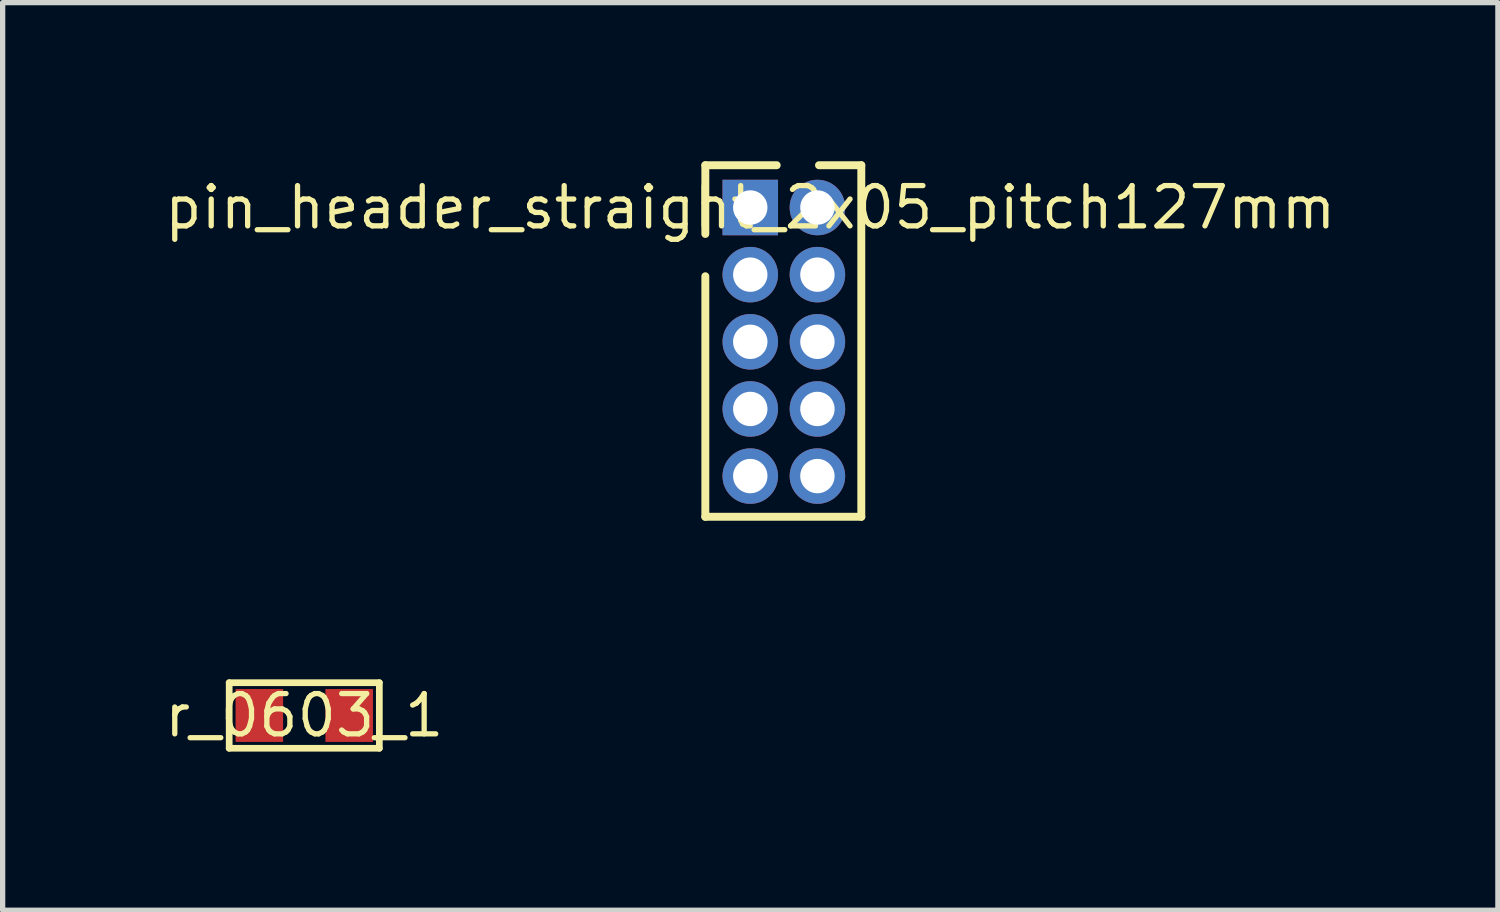
<source format=kicad_pcb>
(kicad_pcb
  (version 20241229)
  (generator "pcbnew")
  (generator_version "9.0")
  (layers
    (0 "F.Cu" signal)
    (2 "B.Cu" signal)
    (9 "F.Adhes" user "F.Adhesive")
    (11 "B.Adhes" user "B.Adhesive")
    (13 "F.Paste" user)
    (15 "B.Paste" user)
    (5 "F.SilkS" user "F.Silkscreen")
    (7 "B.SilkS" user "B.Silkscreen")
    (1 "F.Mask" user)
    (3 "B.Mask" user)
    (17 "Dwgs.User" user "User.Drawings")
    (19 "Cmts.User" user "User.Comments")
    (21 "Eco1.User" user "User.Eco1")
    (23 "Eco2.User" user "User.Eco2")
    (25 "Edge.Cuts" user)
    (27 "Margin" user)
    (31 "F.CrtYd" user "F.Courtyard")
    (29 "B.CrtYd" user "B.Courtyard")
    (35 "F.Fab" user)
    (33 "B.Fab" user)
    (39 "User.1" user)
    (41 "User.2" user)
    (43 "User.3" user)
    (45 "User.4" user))
  (footprint "pin_header_straight_2x05_pitch127mm"
    (layer "F.Cu")
    (at 11.141 0.875)
    (property "Reference" "pin_header_straight_2x05_pitch127mm" (at 0 0 0) (layer "F.SilkS") (effects (font (size 0.762 0.762) (thickness 0.1))))
    (attr through_hole)
    (fp_poly (pts (xy -0.675 0.675) (xy 0.675 0.675) (xy 0.675 -0.675) (xy -0.675 -0.675)) (stroke (width 0) (type solid)) (fill yes) (layer "F.Mask"))
    (fp_poly (pts (xy 0.675 1.27) (xy 0.662 1.138) (xy 0.624 1.012) (xy 0.561 0.895) (xy 0.477 0.793) (xy 0.375 0.709) (xy 0.258 0.646) (xy 0.132 0.608) (xy 0 0.595) (xy -0.132 0.608) (xy -0.258 0.646) (xy -0.375 0.709) (xy -0.477 0.793) (xy -0.561 0.895) (xy -0.624 1.012) (xy -0.662 1.138) (xy -0.675 1.27) (xy -0.662 1.402) (xy -0.624 1.528) (xy -0.561 1.645) (xy -0.477 1.747) (xy -0.375 1.831) (xy -0.258 1.894) (xy -0.132 1.932) (xy 0 1.945) (xy 0.132 1.932) (xy 0.258 1.894) (xy 0.375 1.831) (xy 0.477 1.747) (xy 0.561 1.645) (xy 0.624 1.528) (xy 0.662 1.402)) (stroke (width 0) (type solid)) (fill yes) (layer "F.Mask"))
    (fp_poly (pts (xy 0.675 2.54) (xy 0.662 2.408) (xy 0.624 2.282) (xy 0.561 2.165) (xy 0.477 2.063) (xy 0.375 1.979) (xy 0.258 1.916) (xy 0.132 1.878) (xy 0 1.865) (xy -0.132 1.878) (xy -0.258 1.916) (xy -0.375 1.979) (xy -0.477 2.063) (xy -0.561 2.165) (xy -0.624 2.282) (xy -0.662 2.408) (xy -0.675 2.54) (xy -0.662 2.672) (xy -0.624 2.798) (xy -0.561 2.915) (xy -0.477 3.017) (xy -0.375 3.101) (xy -0.258 3.164) (xy -0.132 3.202) (xy 0 3.215) (xy 0.132 3.202) (xy 0.258 3.164) (xy 0.375 3.101) (xy 0.477 3.017) (xy 0.561 2.915) (xy 0.624 2.798) (xy 0.662 2.672)) (stroke (width 0) (type solid)) (fill yes) (layer "F.Mask"))
    (fp_poly (pts (xy 0.675 3.81) (xy 0.662 3.678) (xy 0.624 3.552) (xy 0.561 3.435) (xy 0.477 3.333) (xy 0.375 3.249) (xy 0.258 3.186) (xy 0.132 3.148) (xy 0 3.135) (xy -0.132 3.148) (xy -0.258 3.186) (xy -0.375 3.249) (xy -0.477 3.333) (xy -0.561 3.435) (xy -0.624 3.552) (xy -0.662 3.678) (xy -0.675 3.81) (xy -0.662 3.942) (xy -0.624 4.068) (xy -0.561 4.185) (xy -0.477 4.287) (xy -0.375 4.371) (xy -0.258 4.434) (xy -0.132 4.472) (xy 0 4.485) (xy 0.132 4.472) (xy 0.258 4.434) (xy 0.375 4.371) (xy 0.477 4.287) (xy 0.561 4.185) (xy 0.624 4.068) (xy 0.662 3.942)) (stroke (width 0) (type solid)) (fill yes) (layer "F.Mask"))
    (fp_poly (pts (xy 0.675 5.08) (xy 0.662 4.948) (xy 0.624 4.822) (xy 0.561 4.705) (xy 0.477 4.603) (xy 0.375 4.519) (xy 0.258 4.456) (xy 0.132 4.418) (xy 0 4.405) (xy -0.132 4.418) (xy -0.258 4.456) (xy -0.375 4.519) (xy -0.477 4.603) (xy -0.561 4.705) (xy -0.624 4.822) (xy -0.662 4.948) (xy -0.675 5.08) (xy -0.662 5.212) (xy -0.624 5.338) (xy -0.561 5.455) (xy -0.477 5.557) (xy -0.375 5.641) (xy -0.258 5.704) (xy -0.132 5.742) (xy 0 5.755) (xy 0.132 5.742) (xy 0.258 5.704) (xy 0.375 5.641) (xy 0.477 5.557) (xy 0.561 5.455) (xy 0.624 5.338) (xy 0.662 5.212)) (stroke (width 0) (type solid)) (fill yes) (layer "F.Mask"))
    (fp_poly (pts (xy 1.945 0) (xy 1.932 -0.132) (xy 1.894 -0.258) (xy 1.831 -0.375) (xy 1.747 -0.477) (xy 1.645 -0.561) (xy 1.528 -0.624) (xy 1.402 -0.662) (xy 1.27 -0.675) (xy 1.138 -0.662) (xy 1.012 -0.624) (xy 0.895 -0.561) (xy 0.793 -0.477) (xy 0.709 -0.375) (xy 0.646 -0.258) (xy 0.608 -0.132) (xy 0.595 0) (xy 0.608 0.132) (xy 0.646 0.258) (xy 0.709 0.375) (xy 0.793 0.477) (xy 0.895 0.561) (xy 1.012 0.624) (xy 1.138 0.662) (xy 1.27 0.675) (xy 1.402 0.662) (xy 1.528 0.624) (xy 1.645 0.561) (xy 1.747 0.477) (xy 1.831 0.375) (xy 1.894 0.258) (xy 1.932 0.132)) (stroke (width 0) (type solid)) (fill yes) (layer "F.Mask"))
    (fp_poly (pts (xy 1.945 1.27) (xy 1.932 1.138) (xy 1.894 1.012) (xy 1.831 0.895) (xy 1.747 0.793) (xy 1.645 0.709) (xy 1.528 0.646) (xy 1.402 0.608) (xy 1.27 0.595) (xy 1.138 0.608) (xy 1.012 0.646) (xy 0.895 0.709) (xy 0.793 0.793) (xy 0.709 0.895) (xy 0.646 1.012) (xy 0.608 1.138) (xy 0.595 1.27) (xy 0.608 1.402) (xy 0.646 1.528) (xy 0.709 1.645) (xy 0.793 1.747) (xy 0.895 1.831) (xy 1.012 1.894) (xy 1.138 1.932) (xy 1.27 1.945) (xy 1.402 1.932) (xy 1.528 1.894) (xy 1.645 1.831) (xy 1.747 1.747) (xy 1.831 1.645) (xy 1.894 1.528) (xy 1.932 1.402)) (stroke (width 0) (type solid)) (fill yes) (layer "F.Mask"))
    (fp_poly (pts (xy 1.945 2.54) (xy 1.932 2.408) (xy 1.894 2.282) (xy 1.831 2.165) (xy 1.747 2.063) (xy 1.645 1.979) (xy 1.528 1.916) (xy 1.402 1.878) (xy 1.27 1.865) (xy 1.138 1.878) (xy 1.012 1.916) (xy 0.895 1.979) (xy 0.793 2.063) (xy 0.709 2.165) (xy 0.646 2.282) (xy 0.608 2.408) (xy 0.595 2.54) (xy 0.608 2.672) (xy 0.646 2.798) (xy 0.709 2.915) (xy 0.793 3.017) (xy 0.895 3.101) (xy 1.012 3.164) (xy 1.138 3.202) (xy 1.27 3.215) (xy 1.402 3.202) (xy 1.528 3.164) (xy 1.645 3.101) (xy 1.747 3.017) (xy 1.831 2.915) (xy 1.894 2.798) (xy 1.932 2.672)) (stroke (width 0) (type solid)) (fill yes) (layer "F.Mask"))
    (fp_poly (pts (xy 1.945 3.81) (xy 1.932 3.678) (xy 1.894 3.552) (xy 1.831 3.435) (xy 1.747 3.333) (xy 1.645 3.249) (xy 1.528 3.186) (xy 1.402 3.148) (xy 1.27 3.135) (xy 1.138 3.148) (xy 1.012 3.186) (xy 0.895 3.249) (xy 0.793 3.333) (xy 0.709 3.435) (xy 0.646 3.552) (xy 0.608 3.678) (xy 0.595 3.81) (xy 0.608 3.942) (xy 0.646 4.068) (xy 0.709 4.185) (xy 0.793 4.287) (xy 0.895 4.371) (xy 1.012 4.434) (xy 1.138 4.472) (xy 1.27 4.485) (xy 1.402 4.472) (xy 1.528 4.434) (xy 1.645 4.371) (xy 1.747 4.287) (xy 1.831 4.185) (xy 1.894 4.068) (xy 1.932 3.942)) (stroke (width 0) (type solid)) (fill yes) (layer "F.Mask"))
    (fp_poly (pts (xy 1.945 5.08) (xy 1.932 4.948) (xy 1.894 4.822) (xy 1.831 4.705) (xy 1.747 4.603) (xy 1.645 4.519) (xy 1.528 4.456) (xy 1.402 4.418) (xy 1.27 4.405) (xy 1.138 4.418) (xy 1.012 4.456) (xy 0.895 4.519) (xy 0.793 4.603) (xy 0.709 4.705) (xy 0.646 4.822) (xy 0.608 4.948) (xy 0.595 5.08) (xy 0.608 5.212) (xy 0.646 5.338) (xy 0.709 5.455) (xy 0.793 5.557) (xy 0.895 5.641) (xy 1.012 5.704) (xy 1.138 5.742) (xy 1.27 5.755) (xy 1.402 5.742) (xy 1.528 5.704) (xy 1.645 5.641) (xy 1.747 5.557) (xy 1.831 5.455) (xy 1.894 5.338) (xy 1.932 5.212)) (stroke (width 0) (type solid)) (fill yes) (layer "F.Mask"))
    (fp_poly (pts (xy -0.675 0.675) (xy 0.675 0.675) (xy 0.675 -0.675) (xy -0.675 -0.675)) (stroke (width 0) (type solid)) (fill yes) (layer "B.Mask"))
    (fp_poly (pts (xy 0.675 1.27) (xy 0.662 1.138) (xy 0.624 1.012) (xy 0.561 0.895) (xy 0.477 0.793) (xy 0.375 0.709) (xy 0.258 0.646) (xy 0.132 0.608) (xy 0 0.595) (xy -0.132 0.608) (xy -0.258 0.646) (xy -0.375 0.709) (xy -0.477 0.793) (xy -0.561 0.895) (xy -0.624 1.012) (xy -0.662 1.138) (xy -0.675 1.27) (xy -0.662 1.402) (xy -0.624 1.528) (xy -0.561 1.645) (xy -0.477 1.747) (xy -0.375 1.831) (xy -0.258 1.894) (xy -0.132 1.932) (xy 0 1.945) (xy 0.132 1.932) (xy 0.258 1.894) (xy 0.375 1.831) (xy 0.477 1.747) (xy 0.561 1.645) (xy 0.624 1.528) (xy 0.662 1.402)) (stroke (width 0) (type solid)) (fill yes) (layer "B.Mask"))
    (fp_poly (pts (xy 0.675 2.54) (xy 0.662 2.408) (xy 0.624 2.282) (xy 0.561 2.165) (xy 0.477 2.063) (xy 0.375 1.979) (xy 0.258 1.916) (xy 0.132 1.878) (xy 0 1.865) (xy -0.132 1.878) (xy -0.258 1.916) (xy -0.375 1.979) (xy -0.477 2.063) (xy -0.561 2.165) (xy -0.624 2.282) (xy -0.662 2.408) (xy -0.675 2.54) (xy -0.662 2.672) (xy -0.624 2.798) (xy -0.561 2.915) (xy -0.477 3.017) (xy -0.375 3.101) (xy -0.258 3.164) (xy -0.132 3.202) (xy 0 3.215) (xy 0.132 3.202) (xy 0.258 3.164) (xy 0.375 3.101) (xy 0.477 3.017) (xy 0.561 2.915) (xy 0.624 2.798) (xy 0.662 2.672)) (stroke (width 0) (type solid)) (fill yes) (layer "B.Mask"))
    (fp_poly (pts (xy 0.675 3.81) (xy 0.662 3.678) (xy 0.624 3.552) (xy 0.561 3.435) (xy 0.477 3.333) (xy 0.375 3.249) (xy 0.258 3.186) (xy 0.132 3.148) (xy 0 3.135) (xy -0.132 3.148) (xy -0.258 3.186) (xy -0.375 3.249) (xy -0.477 3.333) (xy -0.561 3.435) (xy -0.624 3.552) (xy -0.662 3.678) (xy -0.675 3.81) (xy -0.662 3.942) (xy -0.624 4.068) (xy -0.561 4.185) (xy -0.477 4.287) (xy -0.375 4.371) (xy -0.258 4.434) (xy -0.132 4.472) (xy 0 4.485) (xy 0.132 4.472) (xy 0.258 4.434) (xy 0.375 4.371) (xy 0.477 4.287) (xy 0.561 4.185) (xy 0.624 4.068) (xy 0.662 3.942)) (stroke (width 0) (type solid)) (fill yes) (layer "B.Mask"))
    (fp_poly (pts (xy 0.675 5.08) (xy 0.662 4.948) (xy 0.624 4.822) (xy 0.561 4.705) (xy 0.477 4.603) (xy 0.375 4.519) (xy 0.258 4.456) (xy 0.132 4.418) (xy 0 4.405) (xy -0.132 4.418) (xy -0.258 4.456) (xy -0.375 4.519) (xy -0.477 4.603) (xy -0.561 4.705) (xy -0.624 4.822) (xy -0.662 4.948) (xy -0.675 5.08) (xy -0.662 5.212) (xy -0.624 5.338) (xy -0.561 5.455) (xy -0.477 5.557) (xy -0.375 5.641) (xy -0.258 5.704) (xy -0.132 5.742) (xy 0 5.755) (xy 0.132 5.742) (xy 0.258 5.704) (xy 0.375 5.641) (xy 0.477 5.557) (xy 0.561 5.455) (xy 0.624 5.338) (xy 0.662 5.212)) (stroke (width 0) (type solid)) (fill yes) (layer "B.Mask"))
    (fp_poly (pts (xy 1.945 0) (xy 1.932 -0.132) (xy 1.894 -0.258) (xy 1.831 -0.375) (xy 1.747 -0.477) (xy 1.645 -0.561) (xy 1.528 -0.624) (xy 1.402 -0.662) (xy 1.27 -0.675) (xy 1.138 -0.662) (xy 1.012 -0.624) (xy 0.895 -0.561) (xy 0.793 -0.477) (xy 0.709 -0.375) (xy 0.646 -0.258) (xy 0.608 -0.132) (xy 0.595 0) (xy 0.608 0.132) (xy 0.646 0.258) (xy 0.709 0.375) (xy 0.793 0.477) (xy 0.895 0.561) (xy 1.012 0.624) (xy 1.138 0.662) (xy 1.27 0.675) (xy 1.402 0.662) (xy 1.528 0.624) (xy 1.645 0.561) (xy 1.747 0.477) (xy 1.831 0.375) (xy 1.894 0.258) (xy 1.932 0.132)) (stroke (width 0) (type solid)) (fill yes) (layer "B.Mask"))
    (fp_poly (pts (xy 1.945 1.27) (xy 1.932 1.138) (xy 1.894 1.012) (xy 1.831 0.895) (xy 1.747 0.793) (xy 1.645 0.709) (xy 1.528 0.646) (xy 1.402 0.608) (xy 1.27 0.595) (xy 1.138 0.608) (xy 1.012 0.646) (xy 0.895 0.709) (xy 0.793 0.793) (xy 0.709 0.895) (xy 0.646 1.012) (xy 0.608 1.138) (xy 0.595 1.27) (xy 0.608 1.402) (xy 0.646 1.528) (xy 0.709 1.645) (xy 0.793 1.747) (xy 0.895 1.831) (xy 1.012 1.894) (xy 1.138 1.932) (xy 1.27 1.945) (xy 1.402 1.932) (xy 1.528 1.894) (xy 1.645 1.831) (xy 1.747 1.747) (xy 1.831 1.645) (xy 1.894 1.528) (xy 1.932 1.402)) (stroke (width 0) (type solid)) (fill yes) (layer "B.Mask"))
    (fp_poly (pts (xy 1.945 2.54) (xy 1.932 2.408) (xy 1.894 2.282) (xy 1.831 2.165) (xy 1.747 2.063) (xy 1.645 1.979) (xy 1.528 1.916) (xy 1.402 1.878) (xy 1.27 1.865) (xy 1.138 1.878) (xy 1.012 1.916) (xy 0.895 1.979) (xy 0.793 2.063) (xy 0.709 2.165) (xy 0.646 2.282) (xy 0.608 2.408) (xy 0.595 2.54) (xy 0.608 2.672) (xy 0.646 2.798) (xy 0.709 2.915) (xy 0.793 3.017) (xy 0.895 3.101) (xy 1.012 3.164) (xy 1.138 3.202) (xy 1.27 3.215) (xy 1.402 3.202) (xy 1.528 3.164) (xy 1.645 3.101) (xy 1.747 3.017) (xy 1.831 2.915) (xy 1.894 2.798) (xy 1.932 2.672)) (stroke (width 0) (type solid)) (fill yes) (layer "B.Mask"))
    (fp_poly (pts (xy 1.945 3.81) (xy 1.932 3.678) (xy 1.894 3.552) (xy 1.831 3.435) (xy 1.747 3.333) (xy 1.645 3.249) (xy 1.528 3.186) (xy 1.402 3.148) (xy 1.27 3.135) (xy 1.138 3.148) (xy 1.012 3.186) (xy 0.895 3.249) (xy 0.793 3.333) (xy 0.709 3.435) (xy 0.646 3.552) (xy 0.608 3.678) (xy 0.595 3.81) (xy 0.608 3.942) (xy 0.646 4.068) (xy 0.709 4.185) (xy 0.793 4.287) (xy 0.895 4.371) (xy 1.012 4.434) (xy 1.138 4.472) (xy 1.27 4.485) (xy 1.402 4.472) (xy 1.528 4.434) (xy 1.645 4.371) (xy 1.747 4.287) (xy 1.831 4.185) (xy 1.894 4.068) (xy 1.932 3.942)) (stroke (width 0) (type solid)) (fill yes) (layer "B.Mask"))
    (fp_poly (pts (xy 1.945 5.08) (xy 1.932 4.948) (xy 1.894 4.822) (xy 1.831 4.705) (xy 1.747 4.603) (xy 1.645 4.519) (xy 1.528 4.456) (xy 1.402 4.418) (xy 1.27 4.405) (xy 1.138 4.418) (xy 1.012 4.456) (xy 0.895 4.519) (xy 0.793 4.603) (xy 0.709 4.705) (xy 0.646 4.822) (xy 0.608 4.948) (xy 0.595 5.08) (xy 0.608 5.212) (xy 0.646 5.338) (xy 0.709 5.455) (xy 0.793 5.557) (xy 0.895 5.641) (xy 1.012 5.704) (xy 1.138 5.742) (xy 1.27 5.755) (xy 1.402 5.742) (xy 1.528 5.704) (xy 1.645 5.641) (xy 1.747 5.557) (xy 1.831 5.455) (xy 1.894 5.338) (xy 1.932 5.212)) (stroke (width 0) (type solid)) (fill yes) (layer "B.Mask"))
    (fp_line (start -0.85 -0.8) (end -0.85 0.5) (stroke (width 0.15) (type solid)) (layer "F.SilkS"))
    (fp_line (start -0.85 5.85) (end -0.85 1.3) (stroke (width 0.15) (type solid)) (layer "F.SilkS"))
    (fp_line (start 0.5 -0.8) (end -0.85 -0.8) (stroke (width 0.15) (type solid)) (layer "F.SilkS"))
    (fp_line (start 2.1 -0.8) (end 1.3 -0.8) (stroke (width 0.15) (type solid)) (layer "F.SilkS"))
    (fp_line (start 2.1 5.85) (end -0.85 5.85) (stroke (width 0.15) (type solid)) (layer "F.SilkS"))
    (fp_line (start 2.1 5.85) (end 2.1 -0.8) (stroke (width 0.15) (type solid)) (layer "F.SilkS"))
    (pad "1" thru_hole rect (at 0 0) (size 1.05 1.05) (drill 0.65) (layers "*.Cu"))
    (pad "2" thru_hole circle (at 1.27 0) (size 1.05 1.05) (drill 0.65) (layers "*.Cu"))
    (pad "3" thru_hole circle (at 0 1.27) (size 1.05 1.05) (drill 0.65) (layers "*.Cu"))
    (pad "4" thru_hole circle (at 1.27 1.27) (size 1.05 1.05) (drill 0.65) (layers "*.Cu"))
    (pad "5" thru_hole circle (at 0 2.54) (size 1.05 1.05) (drill 0.65) (layers "*.Cu"))
    (pad "6" thru_hole circle (at 1.27 2.54) (size 1.05 1.05) (drill 0.65) (layers "*.Cu"))
    (pad "7" thru_hole circle (at 0 3.81) (size 1.05 1.05) (drill 0.65) (layers "*.Cu"))
    (pad "8" thru_hole circle (at 1.27 3.81) (size 1.05 1.05) (drill 0.65) (layers "*.Cu"))
    (pad "9" thru_hole circle (at 0 5.08) (size 1.05 1.05) (drill 0.65) (layers "*.Cu"))
    (pad "10" thru_hole circle (at 1.27 5.08) (size 1.05 1.05) (drill 0.65) (layers "*.Cu")))
  (footprint "r_0603_1"
    (layer "F.Cu")
    (at 2.705 10.483)
    (property "Reference" "r_0603_1" (at 0 0 0) (layer "F.SilkS") (effects (font (size 0.762 0.762) (thickness 0.1))))
    (attr through_hole)
    (fp_poly (pts (xy -1.45 0.65) (xy -0.25 0.65) (xy -0.25 -0.65) (xy -1.45 -0.65)) (stroke (width 0) (type solid)) (fill yes) (layer "F.Mask"))
    (fp_poly (pts (xy 0.25 0.65) (xy 1.45 0.65) (xy 1.45 -0.65) (xy 0.25 -0.65)) (stroke (width 0) (type solid)) (fill yes) (layer "F.Mask"))
    (fp_line (start -1.42 -0.62) (end -1.42 0.62) (stroke (width 0.127) (type solid)) (layer "F.SilkS"))
    (fp_line (start -1.42 0.62) (end 1.42 0.62) (stroke (width 0.127) (type solid)) (layer "F.SilkS"))
    (fp_line (start 1.42 -0.62) (end -1.42 -0.62) (stroke (width 0.127) (type solid)) (layer "F.SilkS"))
    (fp_line (start 1.42 0.62) (end 1.42 -0.62) (stroke (width 0.127) (type solid)) (layer "F.SilkS"))
    (pad "1" smd rect (at -0.85 0) (size 0.899 1.001) (layers "F.Cu" "F.Paste"))
    (pad "2" smd rect (at 0.85 0) (size 0.899 1.001) (layers "F.Cu" "F.Paste")))
  (gr_rect
    (start -3 -3)
    (end 25.282 14.167)
    (stroke (width 0.1) (type default))
    (fill no)
    (layer "Edge.Cuts")))
</source>
